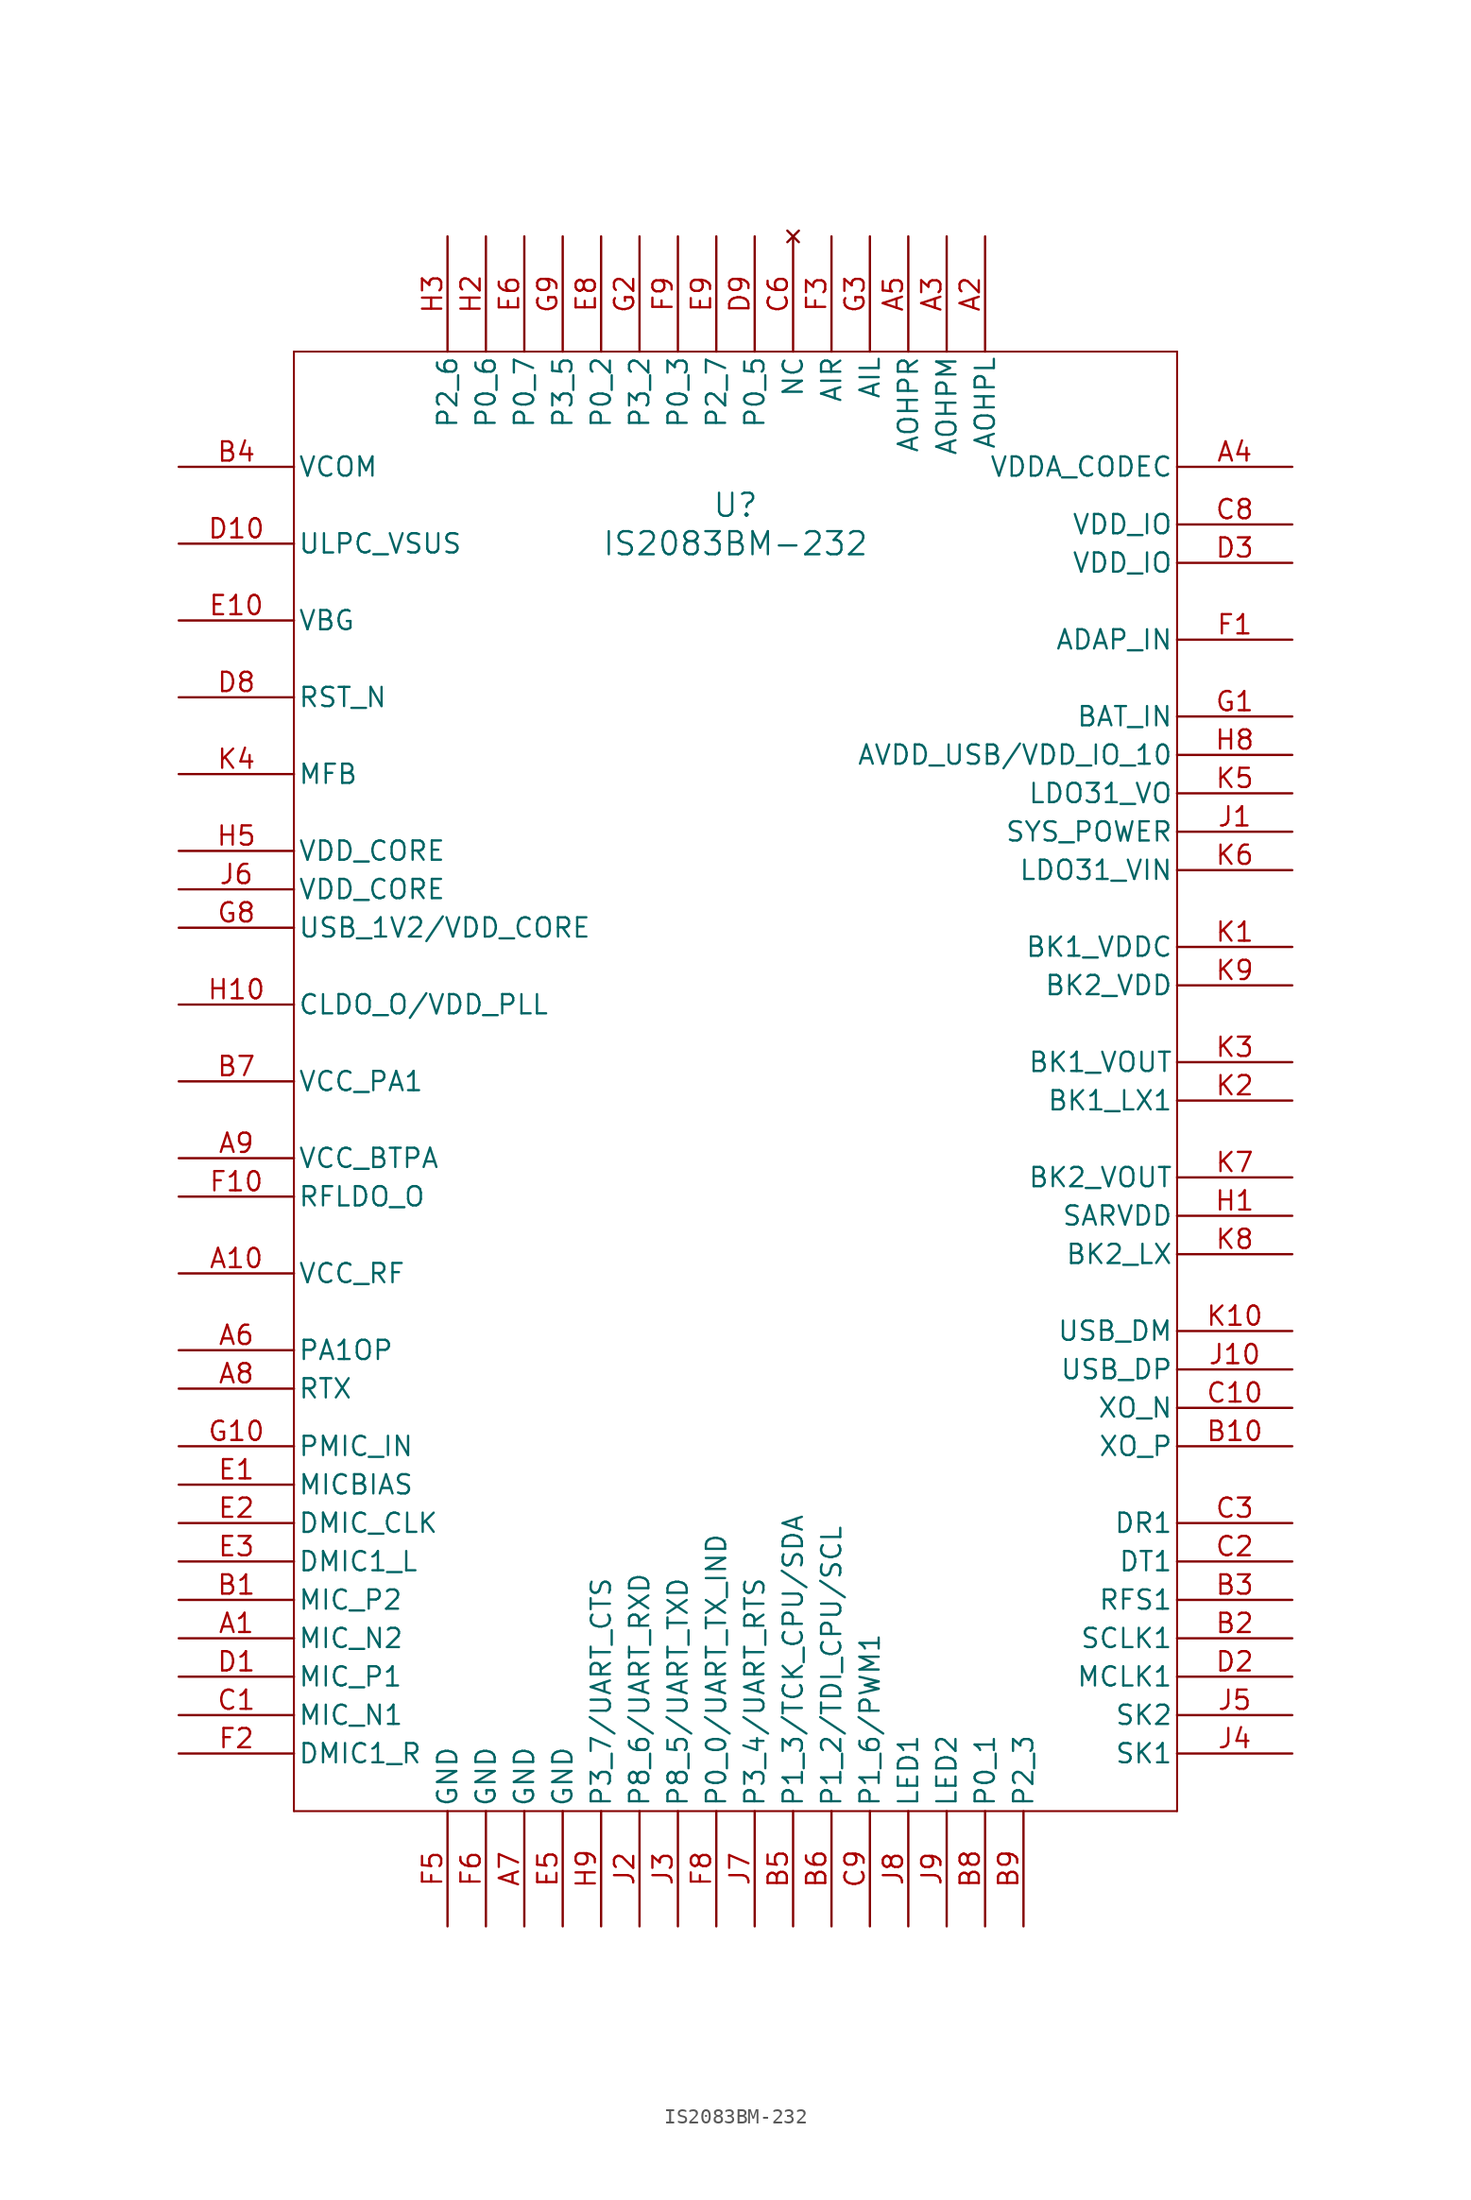
<source format=kicad_sym>
(kicad_symbol_lib
  (version 20241209)
  (generator "kicad_symbol_editor")
  (generator_version "9.0")
  (symbol "IS2083BM-232"
    (pin_names
      (offset 0.254))
    (property "Reference" "U"
      (at 38.1 -5.08 0)
      (effects (font (size 1.524 1.524))))
    (property "Value" "IS2083BM-232"
      (at 38.1 -7.62 0)
      (effects (font (size 1.524 1.524))))
    (symbol "IS2083BM-232_0_1"
      (polyline (pts (xy 8.89 5.08) (xy 8.89 -91.44)) (stroke (width 0.127) (type default)) (fill (type none)))
      (polyline (pts (xy 8.89 -91.44) (xy 67.31 -91.44)) (stroke (width 0.127) (type default)) (fill (type none)))
      (polyline (pts (xy 67.31 5.08) (xy 8.89 5.08)) (stroke (width 0.127) (type default)) (fill (type none)))
      (polyline (pts (xy 67.31 -91.44) (xy 67.31 5.08)) (stroke (width 0.127) (type default)) (fill (type none)))
      (pin power_in line (at 1.27 -2.54 0) (length 7.62) (name "VCOM" (effects (font (size 1.27 1.27)))) (number "B4" (effects (font (size 1.27 1.27)))))
      (pin power_in line (at 1.27 -7.62 0) (length 7.62) (name "ULPC_VSUS" (effects (font (size 1.27 1.27)))) (number "D10" (effects (font (size 1.27 1.27)))))
      (pin power_in line (at 1.27 -12.7 0) (length 7.62) (name "VBG" (effects (font (size 1.27 1.27)))) (number "E10" (effects (font (size 1.27 1.27)))))
      (pin input line (at 1.27 -17.78 0) (length 7.62) (name "RST_N" (effects (font (size 1.27 1.27)))) (number "D8" (effects (font (size 1.27 1.27)))))
      (pin input line (at 1.27 -22.86 0) (length 7.62) (name "MFB" (effects (font (size 1.27 1.27)))) (number "K4" (effects (font (size 1.27 1.27)))))
      (pin power_in line (at 1.27 -27.94 0) (length 7.62) (name "VDD_CORE" (effects (font (size 1.27 1.27)))) (number "H5" (effects (font (size 1.27 1.27)))))
      (pin power_in line (at 1.27 -30.48 0) (length 7.62) (name "VDD_CORE" (effects (font (size 1.27 1.27)))) (number "J6" (effects (font (size 1.27 1.27)))))
      (pin power_in line (at 1.27 -33.02 0) (length 7.62) (name "USB_1V2/VDD_CORE" (effects (font (size 1.27 1.27)))) (number "G8" (effects (font (size 1.27 1.27)))))
      (pin power_in line (at 1.27 -38.1 0) (length 7.62) (name "CLDO_O/VDD_PLL" (effects (font (size 1.27 1.27)))) (number "H10" (effects (font (size 1.27 1.27)))))
      (pin power_in line (at 1.27 -43.18 0) (length 7.62) (name "VCC_PA1" (effects (font (size 1.27 1.27)))) (number "B7" (effects (font (size 1.27 1.27)))))
      (pin power_in line (at 1.27 -48.26 0) (length 7.62) (name "VCC_BTPA" (effects (font (size 1.27 1.27)))) (number "A9" (effects (font (size 1.27 1.27)))))
      (pin power_in line (at 1.27 -50.8 0) (length 7.62) (name "RFLDO_O" (effects (font (size 1.27 1.27)))) (number "F10" (effects (font (size 1.27 1.27)))))
      (pin power_in line (at 1.27 -55.88 0) (length 7.62) (name "VCC_RF" (effects (font (size 1.27 1.27)))) (number "A10" (effects (font (size 1.27 1.27)))))
      (pin bidirectional line (at 1.27 -60.96 0) (length 7.62) (name "PA1OP" (effects (font (size 1.27 1.27)))) (number "A6" (effects (font (size 1.27 1.27)))))
      (pin bidirectional line (at 1.27 -63.5 0) (length 7.62) (name "RTX" (effects (font (size 1.27 1.27)))) (number "A8" (effects (font (size 1.27 1.27)))))
      (pin power_in line (at 1.27 -67.31 0) (length 7.62) (name "PMIC_IN" (effects (font (size 1.27 1.27)))) (number "G10" (effects (font (size 1.27 1.27)))))
      (pin power_in line (at 1.27 -69.85 0) (length 7.62) (name "MICBIAS" (effects (font (size 1.27 1.27)))) (number "E1" (effects (font (size 1.27 1.27)))))
      (pin output line (at 1.27 -72.39 0) (length 7.62) (name "DMIC_CLK" (effects (font (size 1.27 1.27)))) (number "E2" (effects (font (size 1.27 1.27)))))
      (pin input line (at 1.27 -74.93 0) (length 7.62) (name "DMIC1_L" (effects (font (size 1.27 1.27)))) (number "E3" (effects (font (size 1.27 1.27)))))
      (pin input line (at 1.27 -77.47 0) (length 7.62) (name "MIC_P2" (effects (font (size 1.27 1.27)))) (number "B1" (effects (font (size 1.27 1.27)))))
      (pin input line (at 1.27 -80.01 0) (length 7.62) (name "MIC_N2" (effects (font (size 1.27 1.27)))) (number "A1" (effects (font (size 1.27 1.27)))))
      (pin input line (at 1.27 -82.55 0) (length 7.62) (name "MIC_P1" (effects (font (size 1.27 1.27)))) (number "D1" (effects (font (size 1.27 1.27)))))
      (pin input line (at 1.27 -85.09 0) (length 7.62) (name "MIC_N1" (effects (font (size 1.27 1.27)))) (number "C1" (effects (font (size 1.27 1.27)))))
      (pin input line (at 1.27 -87.63 0) (length 7.62) (name "DMIC1_R" (effects (font (size 1.27 1.27)))) (number "F2" (effects (font (size 1.27 1.27)))))
      (pin bidirectional line (at 19.05 12.7 270) (length 7.62) (name "P2_6" (effects (font (size 1.27 1.27)))) (number "H3" (effects (font (size 1.27 1.27)))))
      (pin power_out line (at 19.05 -99.06 90) (length 7.62) (name "GND" (effects (font (size 1.27 1.27)))) (number "F5" (effects (font (size 1.27 1.27)))))
      (pin bidirectional line (at 21.59 12.7 270) (length 7.62) (name "P0_6" (effects (font (size 1.27 1.27)))) (number "H2" (effects (font (size 1.27 1.27)))))
      (pin power_out line (at 21.59 -99.06 90) (length 7.62) (name "GND" (effects (font (size 1.27 1.27)))) (number "F6" (effects (font (size 1.27 1.27)))))
      (pin bidirectional line (at 24.13 12.7 270) (length 7.62) (name "P0_7" (effects (font (size 1.27 1.27)))) (number "E6" (effects (font (size 1.27 1.27)))))
      (pin power_out line (at 24.13 -99.06 90) (length 7.62) (name "GND" (effects (font (size 1.27 1.27)))) (number "A7" (effects (font (size 1.27 1.27)))))
      (pin bidirectional line (at 26.67 12.7 270) (length 7.62) (name "P3_5" (effects (font (size 1.27 1.27)))) (number "G9" (effects (font (size 1.27 1.27)))))
      (pin power_out line (at 26.67 -99.06 90) (length 7.62) (name "GND" (effects (font (size 1.27 1.27)))) (number "E5" (effects (font (size 1.27 1.27)))))
      (pin bidirectional line (at 29.21 12.7 270) (length 7.62) (name "P0_2" (effects (font (size 1.27 1.27)))) (number "E8" (effects (font (size 1.27 1.27)))))
      (pin bidirectional line (at 29.21 -99.06 90) (length 7.62) (name "P3_7/UART_CTS" (effects (font (size 1.27 1.27)))) (number "H9" (effects (font (size 1.27 1.27)))))
      (pin bidirectional line (at 31.75 12.7 270) (length 7.62) (name "P3_2" (effects (font (size 1.27 1.27)))) (number "G2" (effects (font (size 1.27 1.27)))))
      (pin bidirectional line (at 31.75 -99.06 90) (length 7.62) (name "P8_6/UART_RXD" (effects (font (size 1.27 1.27)))) (number "J2" (effects (font (size 1.27 1.27)))))
      (pin bidirectional line (at 34.29 12.7 270) (length 7.62) (name "P0_3" (effects (font (size 1.27 1.27)))) (number "F9" (effects (font (size 1.27 1.27)))))
      (pin bidirectional line (at 34.29 -99.06 90) (length 7.62) (name "P8_5/UART_TXD" (effects (font (size 1.27 1.27)))) (number "J3" (effects (font (size 1.27 1.27)))))
      (pin bidirectional line (at 36.83 12.7 270) (length 7.62) (name "P2_7" (effects (font (size 1.27 1.27)))) (number "E9" (effects (font (size 1.27 1.27)))))
      (pin bidirectional line (at 36.83 -99.06 90) (length 7.62) (name "P0_0/UART_TX_IND" (effects (font (size 1.27 1.27)))) (number "F8" (effects (font (size 1.27 1.27)))))
      (pin bidirectional line (at 39.37 12.7 270) (length 7.62) (name "P0_5" (effects (font (size 1.27 1.27)))) (number "D9" (effects (font (size 1.27 1.27)))))
      (pin bidirectional line (at 39.37 -99.06 90) (length 7.62) (name "P3_4/UART_RTS" (effects (font (size 1.27 1.27)))) (number "J7" (effects (font (size 1.27 1.27)))))
      (pin no_connect line (at 41.91 12.7 270) (length 7.62) (name "NC" (effects (font (size 1.27 1.27)))) (number "C6" (effects (font (size 1.27 1.27)))))
      (pin bidirectional line (at 41.91 -99.06 90) (length 7.62) (name "P1_3/TCK_CPU/SDA" (effects (font (size 1.27 1.27)))) (number "B5" (effects (font (size 1.27 1.27)))))
      (pin input line (at 44.45 12.7 270) (length 7.62) (name "AIR" (effects (font (size 1.27 1.27)))) (number "F3" (effects (font (size 1.27 1.27)))))
      (pin bidirectional line (at 44.45 -99.06 90) (length 7.62) (name "P1_2/TDI_CPU/SCL" (effects (font (size 1.27 1.27)))) (number "B6" (effects (font (size 1.27 1.27)))))
      (pin input line (at 46.99 12.7 270) (length 7.62) (name "AIL" (effects (font (size 1.27 1.27)))) (number "G3" (effects (font (size 1.27 1.27)))))
      (pin bidirectional line (at 46.99 -99.06 90) (length 7.62) (name "P1_6/PWM1" (effects (font (size 1.27 1.27)))) (number "C9" (effects (font (size 1.27 1.27)))))
      (pin output line (at 49.53 12.7 270) (length 7.62) (name "AOHPR" (effects (font (size 1.27 1.27)))) (number "A5" (effects (font (size 1.27 1.27)))))
      (pin output line (at 49.53 -99.06 90) (length 7.62) (name "LED1" (effects (font (size 1.27 1.27)))) (number "J8" (effects (font (size 1.27 1.27)))))
      (pin output line (at 52.07 12.7 270) (length 7.62) (name "AOHPM" (effects (font (size 1.27 1.27)))) (number "A3" (effects (font (size 1.27 1.27)))))
      (pin output line (at 52.07 -99.06 90) (length 7.62) (name "LED2" (effects (font (size 1.27 1.27)))) (number "J9" (effects (font (size 1.27 1.27)))))
      (pin output line (at 54.61 12.7 270) (length 7.62) (name "AOHPL" (effects (font (size 1.27 1.27)))) (number "A2" (effects (font (size 1.27 1.27)))))
      (pin bidirectional line (at 54.61 -99.06 90) (length 7.62) (name "P0_1" (effects (font (size 1.27 1.27)))) (number "B8" (effects (font (size 1.27 1.27)))))
      (pin bidirectional line (at 57.15 -99.06 90) (length 7.62) (name "P2_3" (effects (font (size 1.27 1.27)))) (number "B9" (effects (font (size 1.27 1.27)))))
      (pin power_in line (at 74.93 -2.54 180) (length 7.62) (name "VDDA_CODEC" (effects (font (size 1.27 1.27)))) (number "A4" (effects (font (size 1.27 1.27)))))
      (pin power_in line (at 74.93 -6.35 180) (length 7.62) (name "VDD_IO" (effects (font (size 1.27 1.27)))) (number "C8" (effects (font (size 1.27 1.27)))))
      (pin power_in line (at 74.93 -8.89 180) (length 7.62) (name "VDD_IO" (effects (font (size 1.27 1.27)))) (number "D3" (effects (font (size 1.27 1.27)))))
      (pin power_in line (at 74.93 -13.97 180) (length 7.62) (name "ADAP_IN" (effects (font (size 1.27 1.27)))) (number "F1" (effects (font (size 1.27 1.27)))))
      (pin power_in line (at 74.93 -19.05 180) (length 7.62) (name "BAT_IN" (effects (font (size 1.27 1.27)))) (number "G1" (effects (font (size 1.27 1.27)))))
      (pin power_in line (at 74.93 -21.59 180) (length 7.62) (name "AVDD_USB/VDD_IO_10" (effects (font (size 1.27 1.27)))) (number "H8" (effects (font (size 1.27 1.27)))))
      (pin power_in line (at 74.93 -24.13 180) (length 7.62) (name "LDO31_VO" (effects (font (size 1.27 1.27)))) (number "K5" (effects (font (size 1.27 1.27)))))
      (pin power_in line (at 74.93 -26.67 180) (length 7.62) (name "SYS_POWER" (effects (font (size 1.27 1.27)))) (number "J1" (effects (font (size 1.27 1.27)))))
      (pin power_in line (at 74.93 -29.21 180) (length 7.62) (name "LDO31_VIN" (effects (font (size 1.27 1.27)))) (number "K6" (effects (font (size 1.27 1.27)))))
      (pin power_in line (at 74.93 -34.29 180) (length 7.62) (name "BK1_VDDC" (effects (font (size 1.27 1.27)))) (number "K1" (effects (font (size 1.27 1.27)))))
      (pin power_in line (at 74.93 -36.83 180) (length 7.62) (name "BK2_VDD" (effects (font (size 1.27 1.27)))) (number "K9" (effects (font (size 1.27 1.27)))))
      (pin power_in line (at 74.93 -41.91 180) (length 7.62) (name "BK1_VOUT" (effects (font (size 1.27 1.27)))) (number "K3" (effects (font (size 1.27 1.27)))))
      (pin power_in line (at 74.93 -44.45 180) (length 7.62) (name "BK1_LX1" (effects (font (size 1.27 1.27)))) (number "K2" (effects (font (size 1.27 1.27)))))
      (pin power_in line (at 74.93 -49.53 180) (length 7.62) (name "BK2_VOUT" (effects (font (size 1.27 1.27)))) (number "K7" (effects (font (size 1.27 1.27)))))
      (pin power_in line (at 74.93 -52.07 180) (length 7.62) (name "SARVDD" (effects (font (size 1.27 1.27)))) (number "H1" (effects (font (size 1.27 1.27)))))
      (pin power_in line (at 74.93 -54.61 180) (length 7.62) (name "BK2_LX" (effects (font (size 1.27 1.27)))) (number "K8" (effects (font (size 1.27 1.27)))))
      (pin bidirectional line (at 74.93 -59.69 180) (length 7.62) (name "USB_DM" (effects (font (size 1.27 1.27)))) (number "K10" (effects (font (size 1.27 1.27)))))
      (pin bidirectional line (at 74.93 -62.23 180) (length 7.62) (name "USB_DP" (effects (font (size 1.27 1.27)))) (number "J10" (effects (font (size 1.27 1.27)))))
      (pin input line (at 74.93 -64.77 180) (length 7.62) (name "XO_N" (effects (font (size 1.27 1.27)))) (number "C10" (effects (font (size 1.27 1.27)))))
      (pin input line (at 74.93 -67.31 180) (length 7.62) (name "XO_P" (effects (font (size 1.27 1.27)))) (number "B10" (effects (font (size 1.27 1.27)))))
      (pin bidirectional line (at 74.93 -72.39 180) (length 7.62) (name "DR1" (effects (font (size 1.27 1.27)))) (number "C3" (effects (font (size 1.27 1.27)))))
      (pin output line (at 74.93 -74.93 180) (length 7.62) (name "DT1" (effects (font (size 1.27 1.27)))) (number "C2" (effects (font (size 1.27 1.27)))))
      (pin bidirectional line (at 74.93 -77.47 180) (length 7.62) (name "RFS1" (effects (font (size 1.27 1.27)))) (number "B3" (effects (font (size 1.27 1.27)))))
      (pin bidirectional line (at 74.93 -80.01 180) (length 7.62) (name "SCLK1" (effects (font (size 1.27 1.27)))) (number "B2" (effects (font (size 1.27 1.27)))))
      (pin output line (at 74.93 -82.55 180) (length 7.62) (name "MCLK1" (effects (font (size 1.27 1.27)))) (number "D2" (effects (font (size 1.27 1.27)))))
      (pin input line (at 74.93 -85.09 180) (length 7.62) (name "SK2" (effects (font (size 1.27 1.27)))) (number "J5" (effects (font (size 1.27 1.27)))))
      (pin input line (at 74.93 -87.63 180) (length 7.62) (name "SK1" (effects (font (size 1.27 1.27)))) (number "J4" (effects (font (size 1.27 1.27))))))))
</source>
